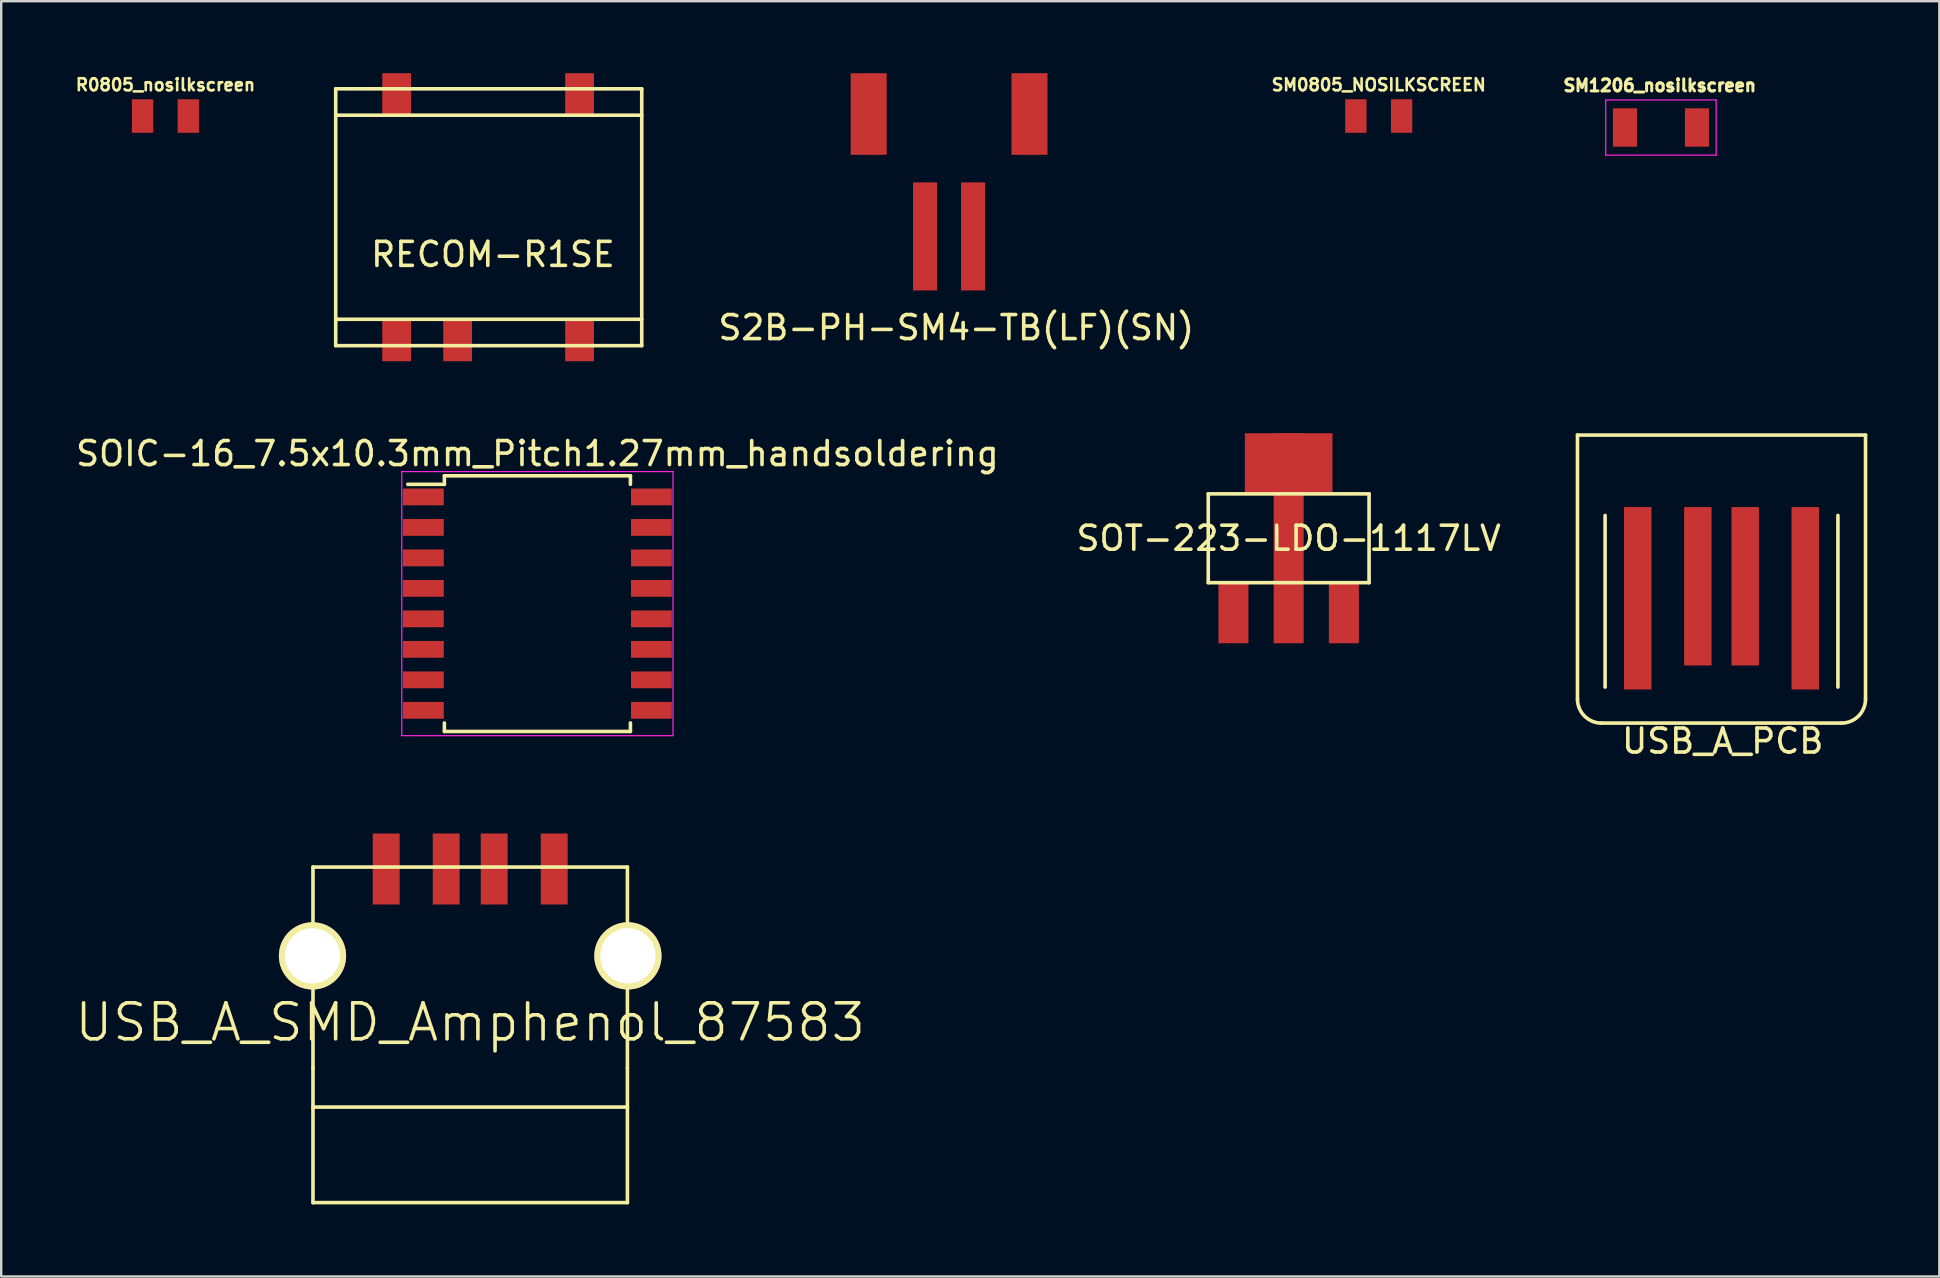
<source format=kicad_pcb>
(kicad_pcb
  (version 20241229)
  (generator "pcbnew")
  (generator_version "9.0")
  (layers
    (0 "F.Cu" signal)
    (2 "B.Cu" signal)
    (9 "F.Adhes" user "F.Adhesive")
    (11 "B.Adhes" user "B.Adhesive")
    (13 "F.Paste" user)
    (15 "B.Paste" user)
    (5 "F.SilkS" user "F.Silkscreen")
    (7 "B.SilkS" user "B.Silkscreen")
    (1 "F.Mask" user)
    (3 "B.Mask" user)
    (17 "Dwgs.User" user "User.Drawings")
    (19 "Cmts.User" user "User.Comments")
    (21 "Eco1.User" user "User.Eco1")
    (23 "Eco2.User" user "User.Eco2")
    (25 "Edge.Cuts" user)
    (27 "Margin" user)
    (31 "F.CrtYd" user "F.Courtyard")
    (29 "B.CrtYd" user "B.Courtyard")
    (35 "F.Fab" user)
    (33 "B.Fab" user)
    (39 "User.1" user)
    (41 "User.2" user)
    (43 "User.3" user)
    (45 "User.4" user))
  (footprint "USB_A_PCB"
    (layer "F.Cu")
    (at 68.67 27.075)
    (property "Reference" "USB_A_PCB" (at 0.05 0.75 0) (layer "F.SilkS") (effects (font (size 1 1) (thickness 0.15))))
    (attr through_hole)
    (fp_line (start -6 -12) (end -6 -1) (stroke (width 0.15) (type solid)) (layer "F.SilkS"))
    (fp_line (start -5 0) (end 5 0) (stroke (width 0.15) (type solid)) (layer "F.SilkS"))
    (fp_line (start -4.85 -8.65) (end -4.85 -1.5) (stroke (width 0.15) (type solid)) (layer "F.SilkS"))
    (fp_line (start 4.85 -1.5) (end 4.85 -8.65) (stroke (width 0.15) (type solid)) (layer "F.SilkS"))
    (fp_line (start 6 -12) (end -6 -12) (stroke (width 0.15) (type solid)) (layer "F.SilkS"))
    (fp_line (start 6 -1) (end 6 -12) (stroke (width 0.15) (type solid)) (layer "F.SilkS"))
    (fp_arc (start -5 0) (mid -5.707107 -0.292893) (end -6 -1) (stroke (width 0.15) (type solid)) (layer "F.SilkS"))
    (fp_arc (start 6 -1) (mid 5.707107 -0.292893) (end 5 0) (stroke (width 0.15) (type solid)) (layer "F.SilkS"))
    (pad "1" smd rect (at 3.489 -5.2) (size 1.143 7.6) (layers "F.Cu" "F.Mask" "F.Paste"))
    (pad "2" smd rect (at 0.987 -5.7) (size 1.143 6.6) (layers "F.Cu" "F.Mask" "F.Paste"))
    (pad "3" smd rect (at -0.987 -5.7) (size 1.143 6.6) (layers "F.Cu" "F.Mask" "F.Paste"))
    (pad "4" smd rect (at -3.489 -5.2) (size 1.143 7.6) (layers "F.Cu" "F.Mask" "F.Paste")))
  (footprint "RECOM-R1SE"
    (layer "F.Cu")
    (at 10.936 6)
    (property "Reference" "RECOM-R1SE" (at 6.55 1.55 0) (layer "F.SilkS") (effects (font (size 1 1) (thickness 0.15))))
    (attr through_hole)
    (fp_line (start 0 -5.35) (end 0 5.35) (stroke (width 0.15) (type solid)) (layer "F.SilkS"))
    (fp_line (start 0 -5.35) (end 12.75 -5.35) (stroke (width 0.15) (type solid)) (layer "F.SilkS"))
    (fp_line (start 0 -4.25) (end 12.75 -4.25) (stroke (width 0.15) (type solid)) (layer "F.SilkS"))
    (fp_line (start 0 4.25) (end 12.75 4.25) (stroke (width 0.15) (type solid)) (layer "F.SilkS"))
    (fp_line (start 0 5.35) (end 12.75 5.35) (stroke (width 0.15) (type solid)) (layer "F.SilkS"))
    (fp_line (start 12.75 -5.35) (end 12.75 5.35) (stroke (width 0.15) (type solid)) (layer "F.SilkS"))
    (pad "1" smd rect (at 2.54 5.1) (size 1.2 1.8) (layers "F.Cu" "F.Mask" "F.Paste"))
    (pad "2" smd rect (at 5.08 5.1) (size 1.2 1.8) (layers "F.Cu" "F.Mask" "F.Paste"))
    (pad "4" smd rect (at 10.16 5.1) (size 1.2 1.8) (layers "F.Cu" "F.Mask" "F.Paste"))
    (pad "5" smd rect (at 10.16 -5.1) (size 1.2 1.8) (layers "F.Cu" "F.Mask" "F.Paste"))
    (pad "8" smd rect (at 2.54 -5.1) (size 1.2 1.8) (layers "F.Cu" "F.Mask" "F.Paste")))
  (footprint "SOT-223-LDO-1117LV"
    (layer "F.Cu")
    (at 50.637 19.375)
    (property "Reference" "SOT-223-LDO-1117LV" (at 0 0 0) (layer "F.SilkS") (effects (font (size 1 1) (thickness 0.15))))
    (attr through_hole)
    (fp_line (start -3.35 -1.85) (end 3.35 -1.85) (stroke (width 0.15) (type solid)) (layer "F.SilkS"))
    (fp_line (start -3.35 1.85) (end -3.35 -1.85) (stroke (width 0.15) (type solid)) (layer "F.SilkS"))
    (fp_line (start -3.35 1.85) (end 3.35 1.85) (stroke (width 0.15) (type solid)) (layer "F.SilkS"))
    (fp_line (start 3.35 -1.85) (end 3.35 1.85) (stroke (width 0.15) (type solid)) (layer "F.SilkS"))
    (pad "1" smd rect (at -2.3 3.1) (size 1.25 2.55) (layers "F.Cu" "F.Mask" "F.Paste"))
    (pad "2" smd rect (at 0 -3.1) (size 3.65 2.55) (layers "F.Cu" "F.Mask" "F.Paste"))
    (pad "2" smd rect (at 0 0) (size 1.25 8.75) (layers "F.Cu" "F.Mask" "F.Paste"))
    (pad "3" smd rect (at 2.3 3.1) (size 1.25 2.55) (layers "F.Cu" "F.Mask" "F.Paste")))
  (footprint "R0805_nosilkscreen"
    (layer "F.Cu")
    (at 3.843 1.784)
    (property "Reference" "R0805_nosilkscreen" (at 0 -1.3 0) (layer "F.SilkS") (effects (font (size 0.5 0.5) (thickness 0.109))))
    (attr smd)
    (pad "1" smd rect (at -0.953 0) (size 0.889 1.397) (layers "F.Cu" "F.Mask" "F.Paste"))
    (pad "2" smd rect (at 0.953 0) (size 0.889 1.397) (layers "F.Cu" "F.Mask" "F.Paste")))
  (footprint "SM1206_nosilkscreen"
    (layer "F.Cu")
    (at 66.147 2.262)
    (property "Reference" "SM1206_nosilkscreen" (at -0.05 -1.75 0) (layer "F.SilkS") (effects (font (size 0.5 0.5) (thickness 0.125))))
    (attr smd)
    (fp_line (start -2.3 -1.15) (end -2.3 1.15) (stroke (width 0.05) (type solid)) (layer "F.CrtYd"))
    (fp_line (start -2.3 -1.15) (end 2.3 -1.15) (stroke (width 0.05) (type solid)) (layer "F.CrtYd"))
    (fp_line (start -2.3 1.15) (end 2.3 1.15) (stroke (width 0.05) (type solid)) (layer "F.CrtYd"))
    (fp_line (start 2.3 -1.15) (end 2.3 1.15) (stroke (width 0.05) (type solid)) (layer "F.CrtYd"))
    (pad "1" smd rect (at -1.5 0) (size 1 1.6) (layers "F.Cu" "F.Mask" "F.Paste"))
    (pad "2" smd rect (at 1.5 0) (size 1 1.6) (layers "F.Cu" "F.Mask" "F.Paste")))
  (footprint "USB_A_SMD_Amphenol_87583"
    (layer "F.Cu")
    (at 16.539 41.443)
    (property "Reference" "USB_A_SMD_Amphenol_87583" (at 0 -1.9 180) (layer "F.SilkS") (effects (font (size 1.5 1.5) (thickness 0.15))))
    (attr through_hole)
    (fp_line (start -6.55 -8.37) (end -6.55 0) (stroke (width 0.15) (type solid)) (layer "F.SilkS"))
    (fp_line (start -6.55 1.63) (end 6.55 1.63) (stroke (width 0.15) (type solid)) (layer "F.SilkS"))
    (fp_line (start -6.55 5.61) (end -6.55 0) (stroke (width 0.15) (type solid)) (layer "F.SilkS"))
    (fp_line (start 6.55 -8.37) (end -6.55 -8.37) (stroke (width 0.15) (type solid)) (layer "F.SilkS"))
    (fp_line (start 6.55 0) (end 6.55 -8.37) (stroke (width 0.15) (type solid)) (layer "F.SilkS"))
    (fp_line (start 6.55 0) (end 6.55 5.61) (stroke (width 0.15) (type solid)) (layer "F.SilkS"))
    (fp_line (start 6.55 5.61) (end -6.55 5.61) (stroke (width 0.15) (type solid)) (layer "F.SilkS"))
    (pad "1" smd rect (at 3.5 -8.29 180) (size 1.12 2.96) (layers "F.Cu" "F.Mask" "F.Paste"))
    (pad "2" smd rect (at 1 -8.29 180) (size 1.12 2.96) (layers "F.Cu" "F.Mask" "F.Paste"))
    (pad "3" smd rect (at -1 -8.29 180) (size 1.12 2.96) (layers "F.Cu" "F.Mask" "F.Paste"))
    (pad "4" smd rect (at -3.5 -8.29 180) (size 1.12 2.96) (layers "F.Cu" "F.Mask" "F.Paste"))
    (pad "SH" thru_hole circle (at -6.57 -4.67 180) (size 2.8 2.8) (drill 2.3) (layers "*.Cu" "*.Mask" "F.SilkS"))
    (pad "SH" thru_hole circle (at 6.57 -4.67 180) (size 2.8 2.8) (drill 2.3) (layers "*.Cu" "*.Mask" "F.SilkS")))
  (footprint "S2B-PH-SM4-TB(LF)(SN)"
    (layer "F.Cu")
    (at 36.49 6.8)
    (property "Reference" "S2B-PH-SM4-TB(LF)(SN)" (at 0.3 3.8 0) (layer "F.SilkS") (effects (font (size 1 1) (thickness 0.15))))
    (attr through_hole)
    (pad "1" smd rect (at -1 0) (size 1 4.5) (layers "F.Cu" "F.Mask" "F.Paste"))
    (pad "2" smd rect (at 1 0) (size 1 4.5) (layers "F.Cu" "F.Mask" "F.Paste"))
    (pad "NC" smd rect (at -3.35 -5.1) (size 1.5 3.4) (layers "F.Cu" "F.Mask" "F.Paste"))
    (pad "NC" smd rect (at 3.35 -5.1) (size 1.5 3.4) (layers "F.Cu" "F.Mask" "F.Paste")))
  (footprint "SOIC-16_7.5x10.3mm_Pitch1.27mm_handsoldering"
    (layer "F.Cu")
    (at 19.339 22.098)
    (property "Reference" "SOIC-16_7.5x10.3mm_Pitch1.27mm_handsoldering" (at 0 -6.25 0) (layer "F.SilkS") (effects (font (size 1 1) (thickness 0.15))))
    (attr smd)
    (fp_line (start -3.875 -5.325) (end -3.875 -4.97) (stroke (width 0.15) (type solid)) (layer "F.SilkS"))
    (fp_line (start -3.875 -5.325) (end 3.875 -5.325) (stroke (width 0.15) (type solid)) (layer "F.SilkS"))
    (fp_line (start -3.875 -4.97) (end -5.4 -4.97) (stroke (width 0.15) (type solid)) (layer "F.SilkS"))
    (fp_line (start -3.875 5.325) (end -3.875 4.97) (stroke (width 0.15) (type solid)) (layer "F.SilkS"))
    (fp_line (start -3.875 5.325) (end 3.875 5.325) (stroke (width 0.15) (type solid)) (layer "F.SilkS"))
    (fp_line (start 3.875 -5.325) (end 3.875 -4.97) (stroke (width 0.15) (type solid)) (layer "F.SilkS"))
    (fp_line (start 3.875 5.325) (end 3.875 4.97) (stroke (width 0.15) (type solid)) (layer "F.SilkS"))
    (fp_line (start -5.65 -5.5) (end -5.65 5.5) (stroke (width 0.05) (type solid)) (layer "F.CrtYd"))
    (fp_line (start -5.65 -5.5) (end 5.65 -5.5) (stroke (width 0.05) (type solid)) (layer "F.CrtYd"))
    (fp_line (start -5.65 5.5) (end 5.65 5.5) (stroke (width 0.05) (type solid)) (layer "F.CrtYd"))
    (fp_line (start 5.65 -5.5) (end 5.65 5.5) (stroke (width 0.05) (type solid)) (layer "F.CrtYd"))
    (pad "1" smd rect (at -4.75 -4.445) (size 1.7 0.7) (layers "F.Cu" "F.Mask" "F.Paste"))
    (pad "2" smd rect (at -4.75 -3.175) (size 1.7 0.7) (layers "F.Cu" "F.Mask" "F.Paste"))
    (pad "3" smd rect (at -4.75 -1.905) (size 1.7 0.7) (layers "F.Cu" "F.Mask" "F.Paste"))
    (pad "4" smd rect (at -4.75 -0.635) (size 1.7 0.7) (layers "F.Cu" "F.Mask" "F.Paste"))
    (pad "5" smd rect (at -4.75 0.635) (size 1.7 0.7) (layers "F.Cu" "F.Mask" "F.Paste"))
    (pad "6" smd rect (at -4.75 1.905) (size 1.7 0.7) (layers "F.Cu" "F.Mask" "F.Paste"))
    (pad "7" smd rect (at -4.75 3.175) (size 1.7 0.7) (layers "F.Cu" "F.Mask" "F.Paste"))
    (pad "8" smd rect (at -4.75 4.445) (size 1.7 0.7) (layers "F.Cu" "F.Mask" "F.Paste"))
    (pad "9" smd rect (at 4.75 4.445) (size 1.7 0.7) (layers "F.Cu" "F.Mask" "F.Paste"))
    (pad "10" smd rect (at 4.75 3.175) (size 1.7 0.7) (layers "F.Cu" "F.Mask" "F.Paste"))
    (pad "11" smd rect (at 4.75 1.905) (size 1.7 0.7) (layers "F.Cu" "F.Mask" "F.Paste"))
    (pad "12" smd rect (at 4.75 0.635) (size 1.7 0.7) (layers "F.Cu" "F.Mask" "F.Paste"))
    (pad "13" smd rect (at 4.75 -0.635) (size 1.7 0.7) (layers "F.Cu" "F.Mask" "F.Paste"))
    (pad "14" smd rect (at 4.75 -1.905) (size 1.7 0.7) (layers "F.Cu" "F.Mask" "F.Paste"))
    (pad "15" smd rect (at 4.75 -3.175) (size 1.7 0.7) (layers "F.Cu" "F.Mask" "F.Paste"))
    (pad "16" smd rect (at 4.75 -4.445) (size 1.7 0.7) (layers "F.Cu" "F.Mask" "F.Paste")))
  (footprint "SM0805_NOSILKSCREEN"
    (layer "F.Cu")
    (at 54.39 1.784)
    (property "Reference" "SM0805_NOSILKSCREEN" (at 0 -1.3 0) (layer "F.SilkS") (effects (font (size 0.5 0.5) (thickness 0.109))))
    (attr smd)
    (pad "1" smd rect (at -0.953 0) (size 0.889 1.397) (layers "F.Cu" "F.Mask" "F.Paste"))
    (pad "2" smd rect (at 0.953 0) (size 0.889 1.397) (layers "F.Cu" "F.Mask" "F.Paste")))
  (gr_rect
    (start -3 -3)
    (end 77.745 50.128)
    (stroke (width 0.1) (type default))
    (fill no)
    (layer "Edge.Cuts")))
</source>
